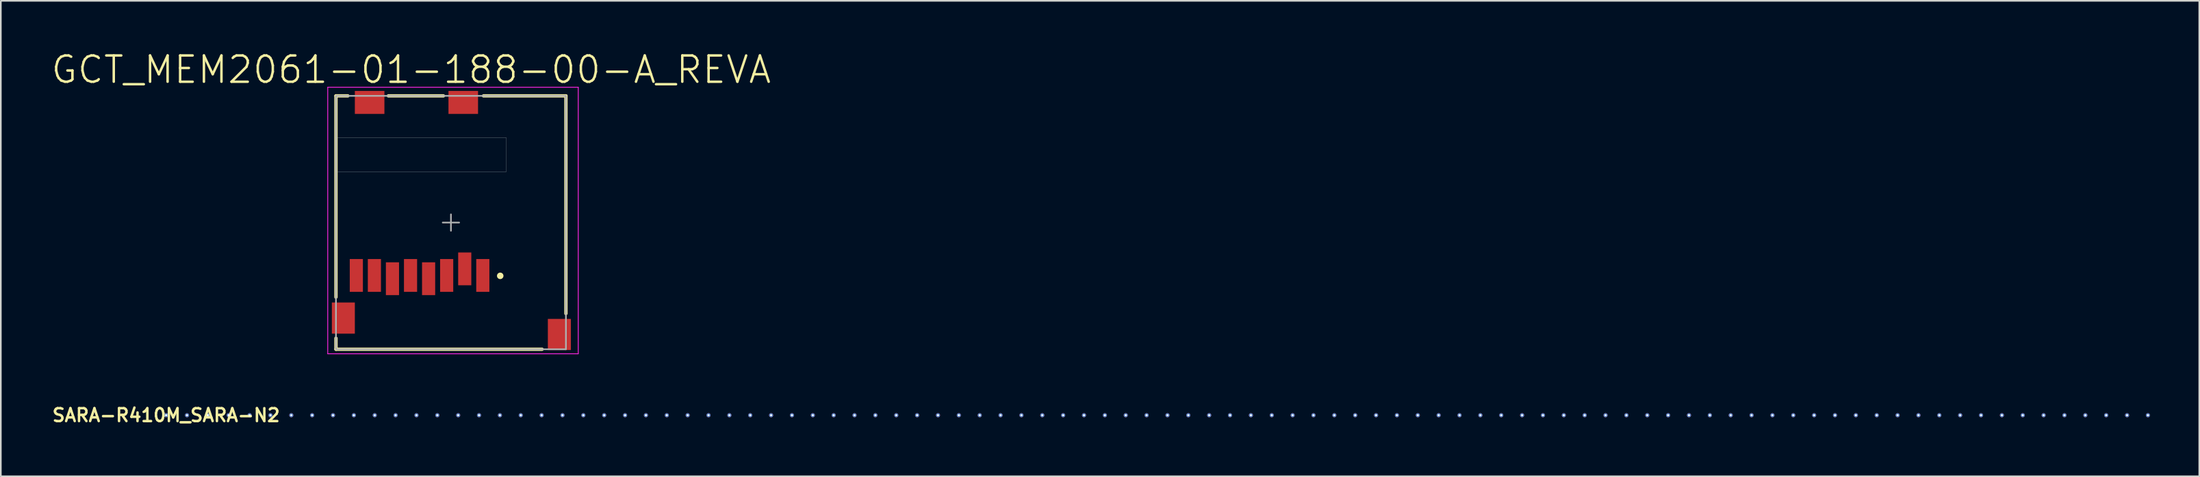
<source format=kicad_pcb>
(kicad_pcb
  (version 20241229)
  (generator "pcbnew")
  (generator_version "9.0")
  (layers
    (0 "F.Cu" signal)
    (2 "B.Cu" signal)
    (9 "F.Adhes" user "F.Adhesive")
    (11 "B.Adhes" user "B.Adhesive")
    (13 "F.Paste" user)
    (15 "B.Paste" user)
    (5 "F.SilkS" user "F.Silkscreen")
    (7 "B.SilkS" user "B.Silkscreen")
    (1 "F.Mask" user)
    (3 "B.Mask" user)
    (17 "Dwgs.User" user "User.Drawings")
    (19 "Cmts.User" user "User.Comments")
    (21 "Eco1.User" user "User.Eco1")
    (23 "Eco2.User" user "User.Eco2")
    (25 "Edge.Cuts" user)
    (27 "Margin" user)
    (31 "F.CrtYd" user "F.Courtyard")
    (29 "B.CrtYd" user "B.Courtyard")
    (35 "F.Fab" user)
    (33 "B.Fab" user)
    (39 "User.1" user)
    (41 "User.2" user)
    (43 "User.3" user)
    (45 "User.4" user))
  (footprint "GCT_MEM2061-01-188-00-A_REVA"
    (layer "F.Cu")
    (at 24.403 10.521)
    (property "Reference" "GCT_MEM2061-01-188-00-A_REVA" (at -2.421 -9.321 0) (layer "F.SilkS") (effects (font (size 1.601 1.601) (thickness 0.15))))
    (attr through_hole)
    (fp_line (start -7 -7.725) (end -6.274 -7.725) (stroke (width 0.2) (type solid)) (layer "F.SilkS"))
    (fp_line (start -7 4.55) (end -7 -7.725) (stroke (width 0.2) (type solid)) (layer "F.SilkS"))
    (fp_line (start -7 7.725) (end -7 7.05) (stroke (width 0.2) (type solid)) (layer "F.SilkS"))
    (fp_line (start -7 7.725) (end 5.55 7.725) (stroke (width 0.2) (type solid)) (layer "F.SilkS"))
    (fp_line (start -3.81 -7.725) (end -0.457 -7.725) (stroke (width 0.2) (type solid)) (layer "F.SilkS"))
    (fp_line (start 1.981 -7.725) (end 7 -7.725) (stroke (width 0.2) (type solid)) (layer "F.SilkS"))
    (fp_line (start 7 5.55) (end 7 -7.725) (stroke (width 0.2) (type solid)) (layer "F.SilkS"))
    (fp_circle (center 3 3.25) (end 3.1 3.25) (stroke (width 0.2) (type solid)) (fill no) (layer "F.SilkS"))
    (fp_poly (pts (xy -7.011 -5.175) (xy 3.37 -5.175) (xy 3.37 -3.1) (xy -7.011 -3.1)) (stroke (width 0.01) (type solid)) (fill no) (layer "Dwgs.User"))
    (fp_line (start -7.5 -8.25) (end 7.75 -8.25) (stroke (width 0.05) (type solid)) (layer "F.CrtYd"))
    (fp_line (start -7.5 8) (end -7.5 -8.25) (stroke (width 0.05) (type solid)) (layer "F.CrtYd"))
    (fp_line (start 7.75 -8.25) (end 7.75 8) (stroke (width 0.05) (type solid)) (layer "F.CrtYd"))
    (fp_line (start 7.75 8) (end -7.5 8) (stroke (width 0.05) (type solid)) (layer "F.CrtYd"))
    (fp_line (start -7 -7.725) (end 7 -7.725) (stroke (width 0.1) (type solid)) (layer "F.Fab"))
    (fp_line (start -7 7.725) (end -7 -7.725) (stroke (width 0.1) (type solid)) (layer "F.Fab"))
    (fp_line (start -7 7.725) (end 7 7.725) (stroke (width 0.1) (type solid)) (layer "F.Fab"))
    (fp_line (start -0.5 0) (end 0.5 0) (stroke (width 0.1) (type solid)) (layer "F.Fab"))
    (fp_line (start 0 0.5) (end 0 -0.5) (stroke (width 0.1) (type solid)) (layer "F.Fab"))
    (fp_line (start 7 7.725) (end 7 -7.725) (stroke (width 0.1) (type solid)) (layer "F.Fab"))
    (pad "1" smd rect (at 1.94 3.225) (size 0.8 2) (layers "F.Cu" "F.Mask" "F.Paste"))
    (pad "2" smd rect (at 0.84 2.825) (size 0.8 2) (layers "F.Cu" "F.Mask" "F.Paste"))
    (pad "3" smd rect (at -0.26 3.225) (size 0.8 2) (layers "F.Cu" "F.Mask" "F.Paste"))
    (pad "4" smd rect (at -1.36 3.425) (size 0.8 2) (layers "F.Cu" "F.Mask" "F.Paste"))
    (pad "5" smd rect (at -2.46 3.225) (size 0.8 2) (layers "F.Cu" "F.Mask" "F.Paste"))
    (pad "6" smd rect (at -3.56 3.425) (size 0.8 2) (layers "F.Cu" "F.Mask" "F.Paste"))
    (pad "7" smd rect (at -4.66 3.225) (size 0.8 2) (layers "F.Cu" "F.Mask" "F.Paste"))
    (pad "8" smd rect (at -5.76 3.225) (size 0.8 2) (layers "F.Cu" "F.Mask" "F.Paste"))
    (pad "9" smd rect (at -4.95 -7.325) (size 1.8 1.4) (layers "F.Cu" "F.Mask" "F.Paste"))
    (pad "10" smd rect (at 0.75 -7.325) (size 1.8 1.4) (layers "F.Cu" "F.Mask" "F.Paste"))
    (pad "11" smd rect (at -6.55 5.825) (size 1.4 1.9) (layers "F.Cu" "F.Mask" "F.Paste"))
    (pad "12" smd rect (at 6.6 6.825) (size 1.4 1.9) (layers "F.Cu" "F.Mask" "F.Paste")))
  (footprint "SARA-R410M_SARA-N2"
    (layer "F.Cu")
    (at 7.064 22.27)
    (property "Reference" "SARA-R410M_SARA-N2" (at 0 0 0) (layer "F.SilkS") (effects (font (size 0.787 0.787) (thickness 0.15))))
    (attr through_hole)
    (pad "1" thru_hole circle (at 120.65 0) (size 0.254 0.254) (drill 0.127) (layers "*.Cu" "*.Mask"))
    (pad "2" thru_hole circle (at 119.38 0) (size 0.254 0.254) (drill 0.127) (layers "*.Cu" "*.Mask"))
    (pad "3" thru_hole circle (at 118.11 0) (size 0.254 0.254) (drill 0.127) (layers "*.Cu" "*.Mask"))
    (pad "4" thru_hole circle (at 116.84 0) (size 0.254 0.254) (drill 0.127) (layers "*.Cu" "*.Mask"))
    (pad "5" thru_hole circle (at 115.57 0) (size 0.254 0.254) (drill 0.127) (layers "*.Cu" "*.Mask"))
    (pad "6" thru_hole circle (at 114.3 0) (size 0.254 0.254) (drill 0.127) (layers "*.Cu" "*.Mask"))
    (pad "7" thru_hole circle (at 113.03 0) (size 0.254 0.254) (drill 0.127) (layers "*.Cu" "*.Mask"))
    (pad "8" thru_hole circle (at 111.76 0) (size 0.254 0.254) (drill 0.127) (layers "*.Cu" "*.Mask"))
    (pad "9" thru_hole circle (at 110.49 0) (size 0.254 0.254) (drill 0.127) (layers "*.Cu" "*.Mask"))
    (pad "10" thru_hole circle (at 109.22 0) (size 0.254 0.254) (drill 0.127) (layers "*.Cu" "*.Mask"))
    (pad "11" thru_hole circle (at 107.95 0) (size 0.254 0.254) (drill 0.127) (layers "*.Cu" "*.Mask"))
    (pad "12" thru_hole circle (at 106.68 0) (size 0.254 0.254) (drill 0.127) (layers "*.Cu" "*.Mask"))
    (pad "13" thru_hole circle (at 105.41 0) (size 0.254 0.254) (drill 0.127) (layers "*.Cu" "*.Mask"))
    (pad "14" thru_hole circle (at 104.14 0) (size 0.254 0.254) (drill 0.127) (layers "*.Cu" "*.Mask"))
    (pad "15" thru_hole circle (at 102.87 0) (size 0.254 0.254) (drill 0.127) (layers "*.Cu" "*.Mask"))
    (pad "16" thru_hole circle (at 101.6 0) (size 0.254 0.254) (drill 0.127) (layers "*.Cu" "*.Mask"))
    (pad "17" thru_hole circle (at 100.33 0) (size 0.254 0.254) (drill 0.127) (layers "*.Cu" "*.Mask"))
    (pad "18" thru_hole circle (at 99.06 0) (size 0.254 0.254) (drill 0.127) (layers "*.Cu" "*.Mask"))
    (pad "19" thru_hole circle (at 97.79 0) (size 0.254 0.254) (drill 0.127) (layers "*.Cu" "*.Mask"))
    (pad "20" thru_hole circle (at 96.52 0) (size 0.254 0.254) (drill 0.127) (layers "*.Cu" "*.Mask"))
    (pad "21" thru_hole circle (at 95.25 0) (size 0.254 0.254) (drill 0.127) (layers "*.Cu" "*.Mask"))
    (pad "22" thru_hole circle (at 93.98 0) (size 0.254 0.254) (drill 0.127) (layers "*.Cu" "*.Mask"))
    (pad "23" thru_hole circle (at 92.71 0) (size 0.254 0.254) (drill 0.127) (layers "*.Cu" "*.Mask"))
    (pad "24" thru_hole circle (at 91.44 0) (size 0.254 0.254) (drill 0.127) (layers "*.Cu" "*.Mask"))
    (pad "25" thru_hole circle (at 90.17 0) (size 0.254 0.254) (drill 0.127) (layers "*.Cu" "*.Mask"))
    (pad "26" thru_hole circle (at 88.9 0) (size 0.254 0.254) (drill 0.127) (layers "*.Cu" "*.Mask"))
    (pad "27" thru_hole circle (at 87.63 0) (size 0.254 0.254) (drill 0.127) (layers "*.Cu" "*.Mask"))
    (pad "28" thru_hole circle (at 86.36 0) (size 0.254 0.254) (drill 0.127) (layers "*.Cu" "*.Mask"))
    (pad "29" thru_hole circle (at 85.09 0) (size 0.254 0.254) (drill 0.127) (layers "*.Cu" "*.Mask"))
    (pad "30" thru_hole circle (at 83.82 0) (size 0.254 0.254) (drill 0.127) (layers "*.Cu" "*.Mask"))
    (pad "31" thru_hole circle (at 82.55 0) (size 0.254 0.254) (drill 0.127) (layers "*.Cu" "*.Mask"))
    (pad "32" thru_hole circle (at 81.28 0) (size 0.254 0.254) (drill 0.127) (layers "*.Cu" "*.Mask"))
    (pad "33" thru_hole circle (at 80.01 0) (size 0.254 0.254) (drill 0.127) (layers "*.Cu" "*.Mask"))
    (pad "34" thru_hole circle (at 78.74 0) (size 0.254 0.254) (drill 0.127) (layers "*.Cu" "*.Mask"))
    (pad "35" thru_hole circle (at 77.47 0) (size 0.254 0.254) (drill 0.127) (layers "*.Cu" "*.Mask"))
    (pad "36" thru_hole circle (at 76.2 0) (size 0.254 0.254) (drill 0.127) (layers "*.Cu" "*.Mask"))
    (pad "37" thru_hole circle (at 74.93 0) (size 0.254 0.254) (drill 0.127) (layers "*.Cu" "*.Mask"))
    (pad "38" thru_hole circle (at 73.66 0) (size 0.254 0.254) (drill 0.127) (layers "*.Cu" "*.Mask"))
    (pad "39" thru_hole circle (at 72.39 0) (size 0.254 0.254) (drill 0.127) (layers "*.Cu" "*.Mask"))
    (pad "40" thru_hole circle (at 71.12 0) (size 0.254 0.254) (drill 0.127) (layers "*.Cu" "*.Mask"))
    (pad "41" thru_hole circle (at 69.85 0) (size 0.254 0.254) (drill 0.127) (layers "*.Cu" "*.Mask"))
    (pad "42" thru_hole circle (at 68.58 0) (size 0.254 0.254) (drill 0.127) (layers "*.Cu" "*.Mask"))
    (pad "43" thru_hole circle (at 67.31 0) (size 0.254 0.254) (drill 0.127) (layers "*.Cu" "*.Mask"))
    (pad "44" thru_hole circle (at 66.04 0) (size 0.254 0.254) (drill 0.127) (layers "*.Cu" "*.Mask"))
    (pad "45" thru_hole circle (at 64.77 0) (size 0.254 0.254) (drill 0.127) (layers "*.Cu" "*.Mask"))
    (pad "46" thru_hole circle (at 63.5 0) (size 0.254 0.254) (drill 0.127) (layers "*.Cu" "*.Mask"))
    (pad "47" thru_hole circle (at 62.23 0) (size 0.254 0.254) (drill 0.127) (layers "*.Cu" "*.Mask"))
    (pad "48" thru_hole circle (at 60.96 0) (size 0.254 0.254) (drill 0.127) (layers "*.Cu" "*.Mask"))
    (pad "49" thru_hole circle (at 59.69 0) (size 0.254 0.254) (drill 0.127) (layers "*.Cu" "*.Mask"))
    (pad "50" thru_hole circle (at 58.42 0) (size 0.254 0.254) (drill 0.127) (layers "*.Cu" "*.Mask"))
    (pad "51" thru_hole circle (at 57.15 0) (size 0.254 0.254) (drill 0.127) (layers "*.Cu" "*.Mask"))
    (pad "52" thru_hole circle (at 55.88 0) (size 0.254 0.254) (drill 0.127) (layers "*.Cu" "*.Mask"))
    (pad "53" thru_hole circle (at 54.61 0) (size 0.254 0.254) (drill 0.127) (layers "*.Cu" "*.Mask"))
    (pad "54" thru_hole circle (at 53.34 0) (size 0.254 0.254) (drill 0.127) (layers "*.Cu" "*.Mask"))
    (pad "55" thru_hole circle (at 52.07 0) (size 0.254 0.254) (drill 0.127) (layers "*.Cu" "*.Mask"))
    (pad "56" thru_hole circle (at 50.8 0) (size 0.254 0.254) (drill 0.127) (layers "*.Cu" "*.Mask"))
    (pad "57" thru_hole circle (at 49.53 0) (size 0.254 0.254) (drill 0.127) (layers "*.Cu" "*.Mask"))
    (pad "58" thru_hole circle (at 48.26 0) (size 0.254 0.254) (drill 0.127) (layers "*.Cu" "*.Mask"))
    (pad "59" thru_hole circle (at 46.99 0) (size 0.254 0.254) (drill 0.127) (layers "*.Cu" "*.Mask"))
    (pad "60" thru_hole circle (at 45.72 0) (size 0.254 0.254) (drill 0.127) (layers "*.Cu" "*.Mask"))
    (pad "61" thru_hole circle (at 44.45 0) (size 0.254 0.254) (drill 0.127) (layers "*.Cu" "*.Mask"))
    (pad "62" thru_hole circle (at 43.18 0) (size 0.254 0.254) (drill 0.127) (layers "*.Cu" "*.Mask"))
    (pad "63" thru_hole circle (at 41.91 0) (size 0.254 0.254) (drill 0.127) (layers "*.Cu" "*.Mask"))
    (pad "64" thru_hole circle (at 40.64 0) (size 0.254 0.254) (drill 0.127) (layers "*.Cu" "*.Mask"))
    (pad "65" thru_hole circle (at 39.37 0) (size 0.254 0.254) (drill 0.127) (layers "*.Cu" "*.Mask"))
    (pad "66" thru_hole circle (at 38.1 0) (size 0.254 0.254) (drill 0.127) (layers "*.Cu" "*.Mask"))
    (pad "67" thru_hole circle (at 36.83 0) (size 0.254 0.254) (drill 0.127) (layers "*.Cu" "*.Mask"))
    (pad "68" thru_hole circle (at 35.56 0) (size 0.254 0.254) (drill 0.127) (layers "*.Cu" "*.Mask"))
    (pad "69" thru_hole circle (at 34.29 0) (size 0.254 0.254) (drill 0.127) (layers "*.Cu" "*.Mask"))
    (pad "70" thru_hole circle (at 33.02 0) (size 0.254 0.254) (drill 0.127) (layers "*.Cu" "*.Mask"))
    (pad "71" thru_hole circle (at 31.75 0) (size 0.254 0.254) (drill 0.127) (layers "*.Cu" "*.Mask"))
    (pad "72" thru_hole circle (at 30.48 0) (size 0.254 0.254) (drill 0.127) (layers "*.Cu" "*.Mask"))
    (pad "73" thru_hole circle (at 29.21 0) (size 0.254 0.254) (drill 0.127) (layers "*.Cu" "*.Mask"))
    (pad "74" thru_hole circle (at 27.94 0) (size 0.254 0.254) (drill 0.127) (layers "*.Cu" "*.Mask"))
    (pad "75" thru_hole circle (at 26.67 0) (size 0.254 0.254) (drill 0.127) (layers "*.Cu" "*.Mask"))
    (pad "76" thru_hole circle (at 25.4 0) (size 0.254 0.254) (drill 0.127) (layers "*.Cu" "*.Mask"))
    (pad "77" thru_hole circle (at 24.13 0) (size 0.254 0.254) (drill 0.127) (layers "*.Cu" "*.Mask"))
    (pad "78" thru_hole circle (at 22.86 0) (size 0.254 0.254) (drill 0.127) (layers "*.Cu" "*.Mask"))
    (pad "79" thru_hole circle (at 21.59 0) (size 0.254 0.254) (drill 0.127) (layers "*.Cu" "*.Mask"))
    (pad "80" thru_hole circle (at 20.32 0) (size 0.254 0.254) (drill 0.127) (layers "*.Cu" "*.Mask"))
    (pad "81" thru_hole circle (at 19.05 0) (size 0.254 0.254) (drill 0.127) (layers "*.Cu" "*.Mask"))
    (pad "82" thru_hole circle (at 17.78 0) (size 0.254 0.254) (drill 0.127) (layers "*.Cu" "*.Mask"))
    (pad "83" thru_hole circle (at 16.51 0) (size 0.254 0.254) (drill 0.127) (layers "*.Cu" "*.Mask"))
    (pad "84" thru_hole circle (at 15.24 0) (size 0.254 0.254) (drill 0.127) (layers "*.Cu" "*.Mask"))
    (pad "85" thru_hole circle (at 13.97 0) (size 0.254 0.254) (drill 0.127) (layers "*.Cu" "*.Mask"))
    (pad "86" thru_hole circle (at 12.7 0) (size 0.254 0.254) (drill 0.127) (layers "*.Cu" "*.Mask"))
    (pad "87" thru_hole circle (at 11.43 0) (size 0.254 0.254) (drill 0.127) (layers "*.Cu" "*.Mask"))
    (pad "88" thru_hole circle (at 10.16 0) (size 0.254 0.254) (drill 0.127) (layers "*.Cu" "*.Mask"))
    (pad "89" thru_hole circle (at 8.89 0) (size 0.254 0.254) (drill 0.127) (layers "*.Cu" "*.Mask"))
    (pad "90" thru_hole circle (at 7.62 0) (size 0.254 0.254) (drill 0.127) (layers "*.Cu" "*.Mask"))
    (pad "91" thru_hole circle (at 6.35 0) (size 0.254 0.254) (drill 0.127) (layers "*.Cu" "*.Mask"))
    (pad "92" thru_hole circle (at 5.08 0) (size 0.254 0.254) (drill 0.127) (layers "*.Cu" "*.Mask"))
    (pad "93" thru_hole circle (at 3.81 0) (size 0.254 0.254) (drill 0.127) (layers "*.Cu" "*.Mask"))
    (pad "94" thru_hole circle (at 2.54 0) (size 0.254 0.254) (drill 0.127) (layers "*.Cu" "*.Mask"))
    (pad "95" thru_hole circle (at 1.27 0) (size 0.254 0.254) (drill 0.127) (layers "*.Cu" "*.Mask"))
    (pad "96" thru_hole circle (at 0 0) (size 0.254 0.254) (drill 0.127) (layers "*.Cu" "*.Mask")))
  (gr_rect
    (start -3 -3)
    (end 130.841 25.994)
    (stroke (width 0.1) (type default))
    (fill no)
    (layer "Edge.Cuts")))
</source>
